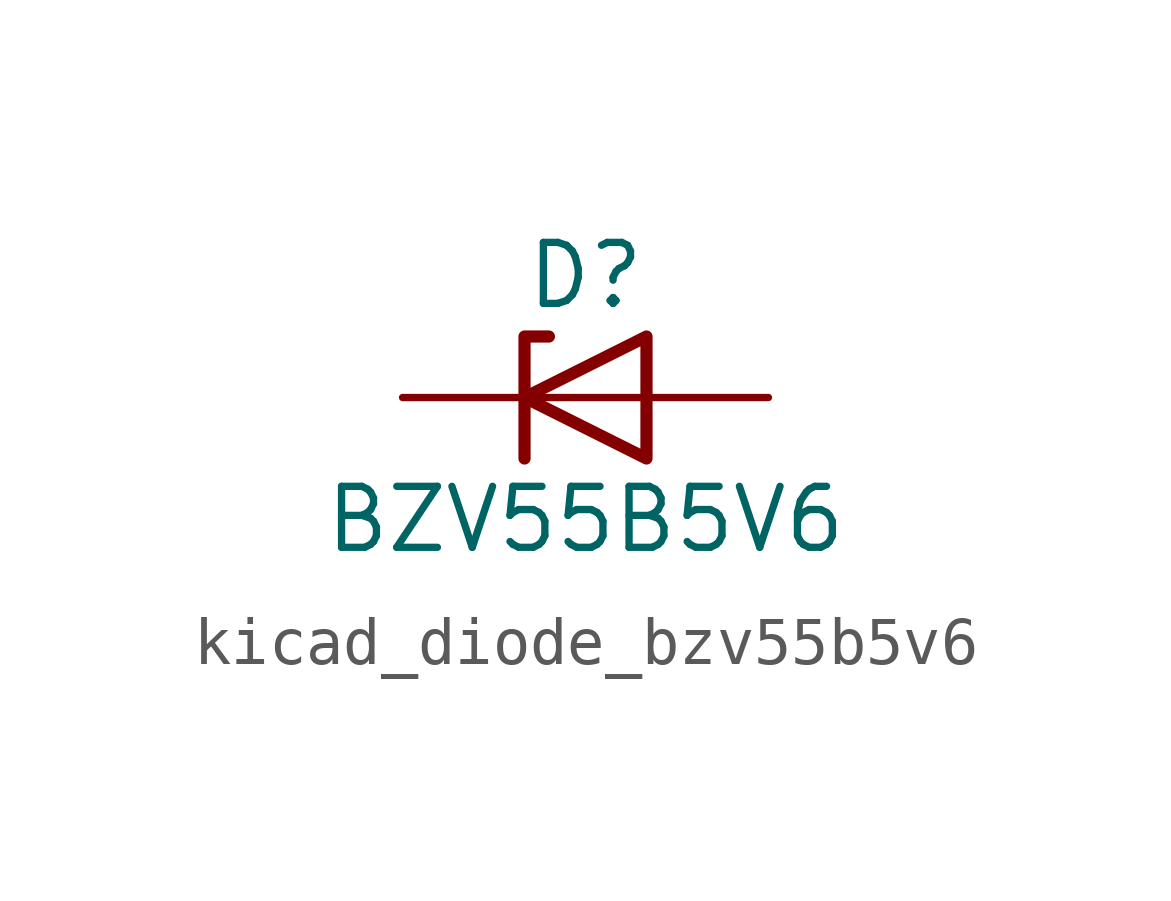
<source format=kicad_sym>
(kicad_symbol_lib
  (version 20220914)
  (generator kicad_symbol_editor)
  (symbol "kicad_diode_bzv55b5v6"
    (pin_numbers hide)
    (pin_names hide)
    (property "Reference" "D"
      (at 0 2.54 0)
      (effects (font (size 1.27 1.27))))
    (property "Value" "BZV55B5V6"
      (at 0 -2.54 0)
      (effects (font (size 1.27 1.27))))
    (symbol "kicad_diode_bzv55b5v6_0_1"
      (polyline (pts (xy 1.27 0) (xy -1.27 0)) (stroke (width 0) (type default)) (fill (type none)))
      (polyline (pts (xy -1.27 -1.27) (xy -1.27 1.27) (xy -0.762 1.27)) (stroke (width 0.254) (type default)) (fill (type none)))
      (polyline (pts (xy 1.27 -1.27) (xy 1.27 1.27) (xy -1.27 0) (xy 1.27 -1.27)) (stroke (width 0.254) (type default)) (fill (type none))))
    (symbol "kicad_diode_bzv55b5v6_1_1"
      (pin passive line (at -3.81 0 0) (length 2.54) (name "K" (effects (font (size 1.27 1.27)))) (number "1" (effects (font (size 1.27 1.27)))))
      (pin passive line (at 3.81 0 180) (length 2.54) (name "A" (effects (font (size 1.27 1.27)))) (number "2" (effects (font (size 1.27 1.27))))))))
</source>
